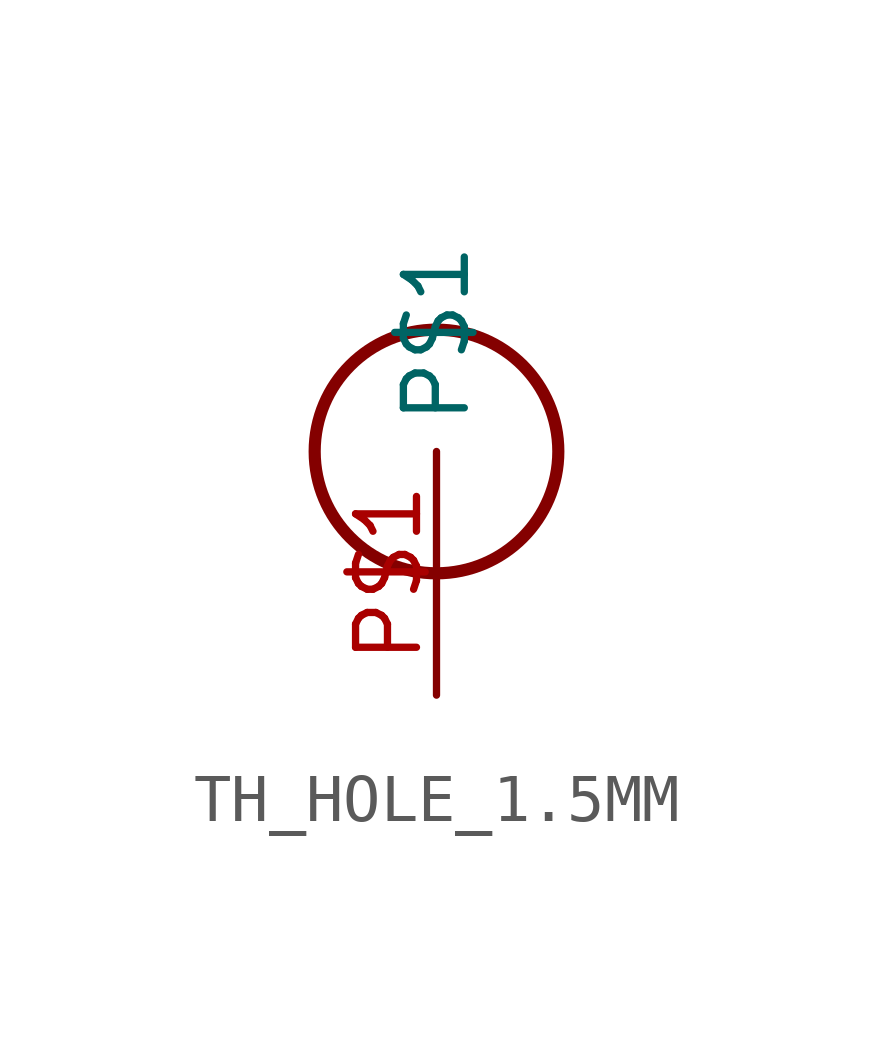
<source format=kicad_sym>
(kicad_symbol_lib
  (version 20211014)
  (generator kicad_symbol_editor)
  (symbol "TH_HOLE_1.5MM"
    (property "Reference" ""
      (at 0 0 0)
      (effects (font (size 1.27 1.27)) hide))
    (property "ki_locked" ""
      (at 0 0 0)
      (effects (font (size 1.27 1.27))))
    (symbol "TH_HOLE_1.5MM_1_0"
      (circle (center 0 0) (radius 2.54) (stroke (width 0.254) (type default) (color 0 0 0 0)) (fill (type none)))
      (pin bidirectional line (at 0 -5.08 90) (length 5.08) (name "P$1" (effects (font (size 1.27 1.27)))) (number "P$1" (effects (font (size 1.27 1.27))))))))
</source>
